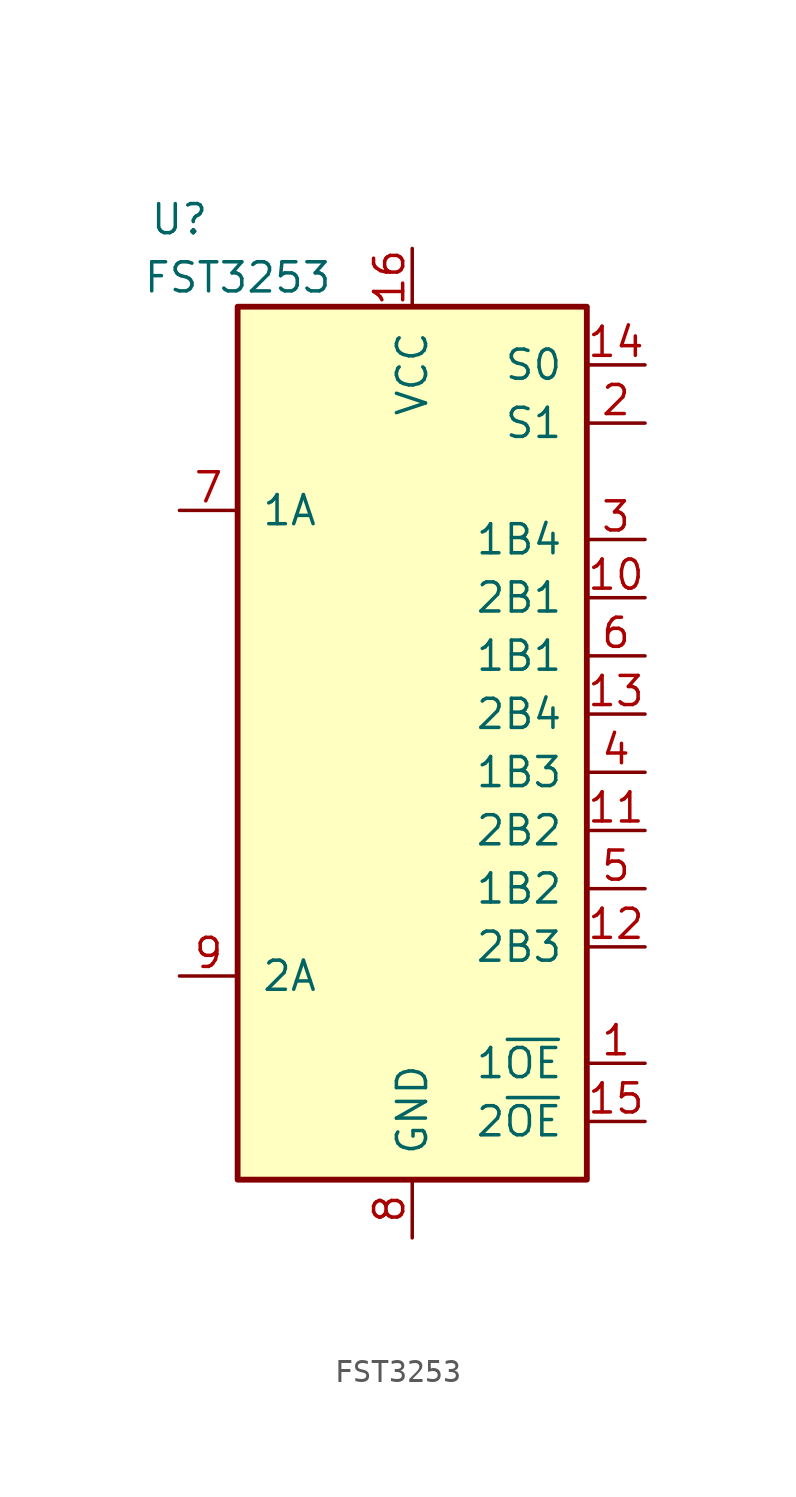
<source format=kicad_sym>
(kicad_symbol_lib
  (version 20211014)
  (generator kicad_symbol_editor)
  (symbol "FST3253"
    (pin_names
      (offset 1.016))
    (property "Reference" "U"
      (at -10.16 16.51 0)
      (effects (font (size 1.27 1.27))))
    (property "Value" "FST3253"
      (at -7.62 13.97 0)
      (effects (font (size 1.27 1.27))))
    (symbol "FST3253_1_1"
      (rectangle (start -7.62 12.7) (end 7.62 -25.4) (stroke (width 0.254) (type default) (color 0 0 0 0)) (fill (type background)))
      (rectangle (start 7.62 -12.7) (end 7.62 -12.7) (stroke (width 0) (type default) (color 0 0 0 0)) (fill (type none)))
      (pin input line (at 10.16 -20.32 180) (length 2.54) (name "1~{OE}" (effects (font (size 1.27 1.27)))) (number "1" (effects (font (size 1.27 1.27)))))
      (pin bidirectional line (at 10.16 0 180) (length 2.54) (name "2B1" (effects (font (size 1.27 1.27)))) (number "10" (effects (font (size 1.27 1.27)))))
      (pin bidirectional line (at 10.16 -10.16 180) (length 2.54) (name "2B2" (effects (font (size 1.27 1.27)))) (number "11" (effects (font (size 1.27 1.27)))))
      (pin bidirectional line (at 10.16 -15.24 180) (length 2.54) (name "2B3" (effects (font (size 1.27 1.27)))) (number "12" (effects (font (size 1.27 1.27)))))
      (pin bidirectional line (at 10.16 -5.08 180) (length 2.54) (name "2B4" (effects (font (size 1.27 1.27)))) (number "13" (effects (font (size 1.27 1.27)))))
      (pin input line (at 10.16 10.16 180) (length 2.54) (name "S0" (effects (font (size 1.27 1.27)))) (number "14" (effects (font (size 1.27 1.27)))))
      (pin input line (at 10.16 -22.86 180) (length 2.54) (name "2~{OE}" (effects (font (size 1.27 1.27)))) (number "15" (effects (font (size 1.27 1.27)))))
      (pin power_in line (at 0 15.24 270) (length 2.54) (name "VCC" (effects (font (size 1.27 1.27)))) (number "16" (effects (font (size 1.27 1.27)))))
      (pin input line (at 10.16 7.62 180) (length 2.54) (name "S1" (effects (font (size 1.27 1.27)))) (number "2" (effects (font (size 1.27 1.27)))))
      (pin bidirectional line (at 10.16 2.54 180) (length 2.54) (name "1B4" (effects (font (size 1.27 1.27)))) (number "3" (effects (font (size 1.27 1.27)))))
      (pin bidirectional line (at 10.16 -7.62 180) (length 2.54) (name "1B3" (effects (font (size 1.27 1.27)))) (number "4" (effects (font (size 1.27 1.27)))))
      (pin bidirectional line (at 10.16 -12.7 180) (length 2.54) (name "1B2" (effects (font (size 1.27 1.27)))) (number "5" (effects (font (size 1.27 1.27)))))
      (pin bidirectional line (at 10.16 -2.54 180) (length 2.54) (name "1B1" (effects (font (size 1.27 1.27)))) (number "6" (effects (font (size 1.27 1.27)))))
      (pin bidirectional line (at -10.16 3.81 0) (length 2.54) (name "1A" (effects (font (size 1.27 1.27)))) (number "7" (effects (font (size 1.27 1.27)))))
      (pin power_in line (at 0 -27.94 90) (length 2.54) (name "GND" (effects (font (size 1.27 1.27)))) (number "8" (effects (font (size 1.27 1.27)))))
      (pin bidirectional line (at -10.16 -16.51 0) (length 2.54) (name "2A" (effects (font (size 1.27 1.27)))) (number "9" (effects (font (size 1.27 1.27))))))))
</source>
